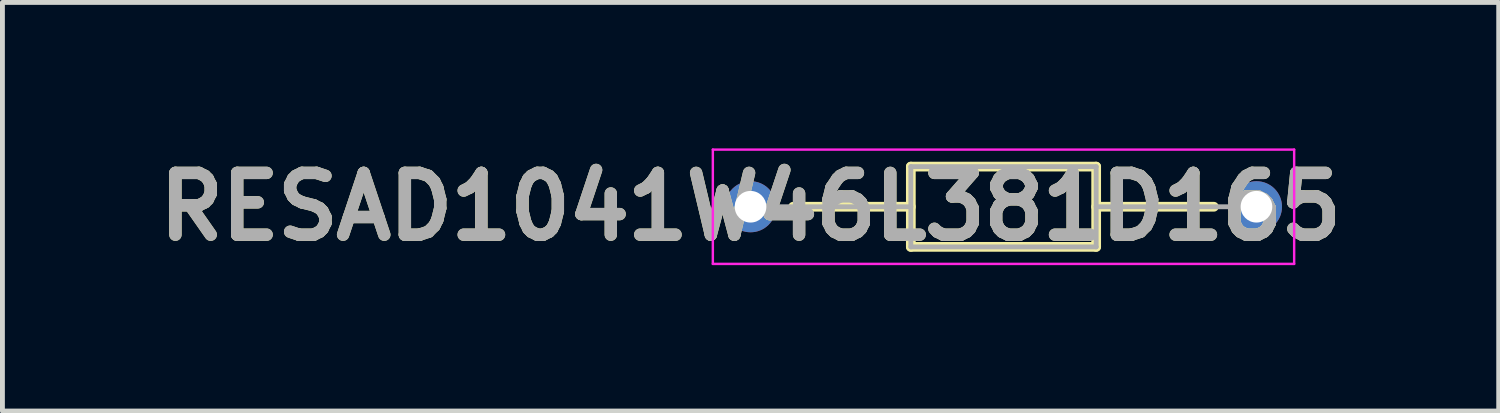
<source format=kicad_pcb>
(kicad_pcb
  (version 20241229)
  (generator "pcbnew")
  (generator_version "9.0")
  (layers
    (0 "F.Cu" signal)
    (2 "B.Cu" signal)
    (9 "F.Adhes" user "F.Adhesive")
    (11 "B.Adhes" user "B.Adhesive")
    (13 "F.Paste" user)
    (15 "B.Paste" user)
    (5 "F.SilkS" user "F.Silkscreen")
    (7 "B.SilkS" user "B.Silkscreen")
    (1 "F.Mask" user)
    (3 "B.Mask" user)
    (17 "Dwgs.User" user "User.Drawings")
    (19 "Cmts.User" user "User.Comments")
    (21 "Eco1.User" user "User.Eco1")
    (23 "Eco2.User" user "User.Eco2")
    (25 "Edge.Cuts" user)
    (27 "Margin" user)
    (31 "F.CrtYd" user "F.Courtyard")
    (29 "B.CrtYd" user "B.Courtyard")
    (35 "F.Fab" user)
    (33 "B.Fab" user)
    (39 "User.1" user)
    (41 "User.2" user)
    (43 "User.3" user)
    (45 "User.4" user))
  (footprint "RESAD1041W46L381D165"
    (layer "F.Cu")
    (at 12.379 1.2)
    (property "Reference" "RESAD1041W46L381D165" (at 0 0 0) (layer "F.SilkS") (effects (font (size 1.27 1.27) (thickness 0.254))))
    (attr through_hole)
    (fp_line (start 0.875 0) (end 3.295 0) (stroke (width 0.2) (type solid)) (layer "F.SilkS"))
    (fp_line (start 3.295 -0.825) (end 7.105 -0.825) (stroke (width 0.2) (type solid)) (layer "F.SilkS"))
    (fp_line (start 3.295 0.825) (end 3.295 -0.825) (stroke (width 0.2) (type solid)) (layer "F.SilkS"))
    (fp_line (start 7.105 -0.825) (end 7.105 0.825) (stroke (width 0.2) (type solid)) (layer "F.SilkS"))
    (fp_line (start 7.105 0) (end 9.525 0) (stroke (width 0.2) (type solid)) (layer "F.SilkS"))
    (fp_line (start 7.105 0.825) (end 3.295 0.825) (stroke (width 0.2) (type solid)) (layer "F.SilkS"))
    (fp_line (start -0.775 -1.175) (end 11.175 -1.175) (stroke (width 0.05) (type solid)) (layer "F.CrtYd"))
    (fp_line (start -0.775 1.175) (end -0.775 -1.175) (stroke (width 0.05) (type solid)) (layer "F.CrtYd"))
    (fp_line (start 11.175 -1.175) (end 11.175 1.175) (stroke (width 0.05) (type solid)) (layer "F.CrtYd"))
    (fp_line (start 11.175 1.175) (end -0.775 1.175) (stroke (width 0.05) (type solid)) (layer "F.CrtYd"))
    (fp_line (start 0 0) (end 3.295 0) (stroke (width 0.1) (type solid)) (layer "F.Fab"))
    (fp_line (start 3.295 -0.825) (end 7.105 -0.825) (stroke (width 0.1) (type solid)) (layer "F.Fab"))
    (fp_line (start 3.295 0.825) (end 3.295 -0.825) (stroke (width 0.1) (type solid)) (layer "F.Fab"))
    (fp_line (start 7.105 -0.825) (end 7.105 0.825) (stroke (width 0.1) (type solid)) (layer "F.Fab"))
    (fp_line (start 7.105 0) (end 10.4 0) (stroke (width 0.1) (type solid)) (layer "F.Fab"))
    (fp_line (start 7.105 0.825) (end 3.295 0.825) (stroke (width 0.1) (type solid)) (layer "F.Fab"))
    (fp_text user "${REFERENCE}" (at 0 0 0) (layer "F.Fab") (effects (font (size 1.27 1.27) (thickness 0.254))))
    (pad "1" thru_hole circle (at 0 0) (size 1.05 1.05) (drill 0.65) (layers "*.Cu" "*.Mask"))
    (pad "2" thru_hole circle (at 10.4 0) (size 1.05 1.05) (drill 0.65) (layers "*.Cu" "*.Mask")))
  (gr_rect
    (start -3 -3)
    (end 27.759 5.4)
    (stroke (width 0.1) (type default))
    (fill no)
    (layer "Edge.Cuts")))
</source>
